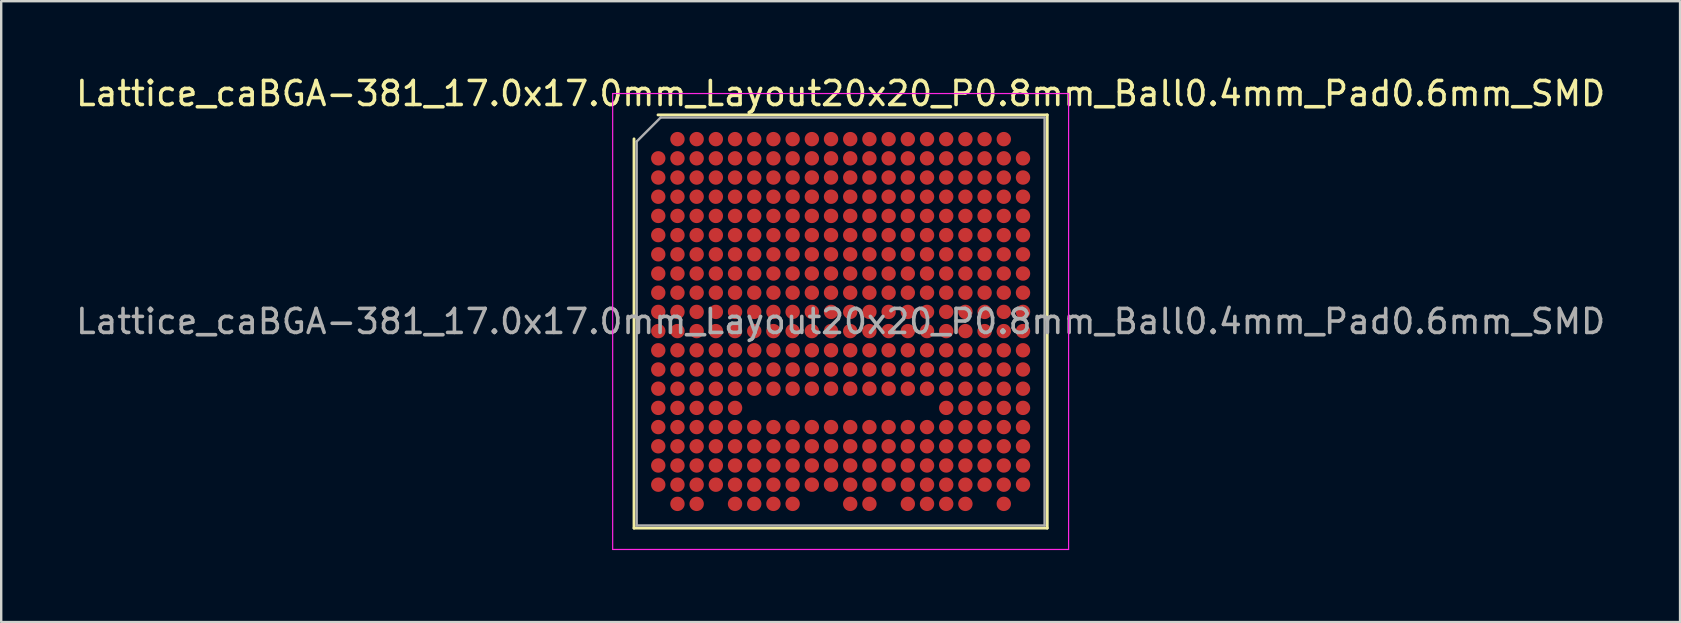
<source format=kicad_pcb>
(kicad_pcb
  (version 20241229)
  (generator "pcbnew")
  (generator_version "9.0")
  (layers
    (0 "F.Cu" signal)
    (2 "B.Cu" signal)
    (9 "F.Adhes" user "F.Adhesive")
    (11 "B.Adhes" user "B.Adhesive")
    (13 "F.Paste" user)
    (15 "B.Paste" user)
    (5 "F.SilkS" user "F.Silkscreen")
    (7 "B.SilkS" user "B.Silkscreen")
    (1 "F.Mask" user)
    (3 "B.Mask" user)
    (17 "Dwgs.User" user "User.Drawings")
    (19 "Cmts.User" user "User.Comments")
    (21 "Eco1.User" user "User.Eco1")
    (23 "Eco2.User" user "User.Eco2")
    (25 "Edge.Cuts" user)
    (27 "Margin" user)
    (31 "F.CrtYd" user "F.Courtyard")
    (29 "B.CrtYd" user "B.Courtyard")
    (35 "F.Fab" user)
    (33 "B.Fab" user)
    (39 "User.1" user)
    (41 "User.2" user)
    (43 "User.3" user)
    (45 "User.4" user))
  (footprint "Lattice_caBGA-381_17.0x17.0mm_Layout20x20_P0.8mm_Ball0.4mm_Pad0.6mm_SMD"
    (layer "F.Cu")
    (at 31.982 10.348)
    (property "Reference" "Lattice_caBGA-381_17.0x17.0mm_Layout20x20_P0.8mm_Ball0.4mm_Pad0.6mm_SMD" (at 0 -9.5 0) (layer "F.SilkS") (effects (font (size 1 1) (thickness 0.15))))
    (attr smd)
    (fp_line (start -8.61 8.61) (end -8.61 -7.61) (stroke (width 0.12) (type solid)) (layer "F.SilkS"))
    (fp_line (start -7.61 -8.61) (end 8.61 -8.61) (stroke (width 0.12) (type solid)) (layer "F.SilkS"))
    (fp_line (start 8.61 -8.61) (end 8.61 8.61) (stroke (width 0.12) (type solid)) (layer "F.SilkS"))
    (fp_line (start 8.61 8.61) (end -8.61 8.61) (stroke (width 0.12) (type solid)) (layer "F.SilkS"))
    (fp_line (start -9.5 -9.5) (end -9.5 9.5) (stroke (width 0.05) (type solid)) (layer "F.CrtYd"))
    (fp_line (start -9.5 9.5) (end 9.5 9.5) (stroke (width 0.05) (type solid)) (layer "F.CrtYd"))
    (fp_line (start 9.5 -9.5) (end -9.5 -9.5) (stroke (width 0.05) (type solid)) (layer "F.CrtYd"))
    (fp_line (start 9.5 9.5) (end 9.5 -9.5) (stroke (width 0.05) (type solid)) (layer "F.CrtYd"))
    (fp_line (start -8.5 -7.5) (end -7.5 -8.5) (stroke (width 0.1) (type solid)) (layer "F.Fab"))
    (fp_line (start -8.5 8.5) (end -8.5 -7.5) (stroke (width 0.1) (type solid)) (layer "F.Fab"))
    (fp_line (start -7.5 -8.5) (end 8.5 -8.5) (stroke (width 0.1) (type solid)) (layer "F.Fab"))
    (fp_line (start 8.5 -8.5) (end 8.5 8.5) (stroke (width 0.1) (type solid)) (layer "F.Fab"))
    (fp_line (start 8.5 8.5) (end -8.5 8.5) (stroke (width 0.1) (type solid)) (layer "F.Fab"))
    (fp_text user "${REFERENCE}" (at 0 0 0) (layer "F.Fab") (effects (font (size 1 1) (thickness 0.15))))
    (pad "A2" smd circle (at -6.8 -7.6) (size 0.6 0.6) (layers "F.Cu" "F.Mask" "F.Paste"))
    (pad "A3" smd circle (at -6 -7.6) (size 0.6 0.6) (layers "F.Cu" "F.Mask" "F.Paste"))
    (pad "A4" smd circle (at -5.2 -7.6) (size 0.6 0.6) (layers "F.Cu" "F.Mask" "F.Paste"))
    (pad "A5" smd circle (at -4.4 -7.6) (size 0.6 0.6) (layers "F.Cu" "F.Mask" "F.Paste"))
    (pad "A6" smd circle (at -3.6 -7.6) (size 0.6 0.6) (layers "F.Cu" "F.Mask" "F.Paste"))
    (pad "A7" smd circle (at -2.8 -7.6) (size 0.6 0.6) (layers "F.Cu" "F.Mask" "F.Paste"))
    (pad "A8" smd circle (at -2 -7.6) (size 0.6 0.6) (layers "F.Cu" "F.Mask" "F.Paste"))
    (pad "A9" smd circle (at -1.2 -7.6) (size 0.6 0.6) (layers "F.Cu" "F.Mask" "F.Paste"))
    (pad "A10" smd circle (at -0.4 -7.6) (size 0.6 0.6) (layers "F.Cu" "F.Mask" "F.Paste"))
    (pad "A11" smd circle (at 0.4 -7.6) (size 0.6 0.6) (layers "F.Cu" "F.Mask" "F.Paste"))
    (pad "A12" smd circle (at 1.2 -7.6) (size 0.6 0.6) (layers "F.Cu" "F.Mask" "F.Paste"))
    (pad "A13" smd circle (at 2 -7.6) (size 0.6 0.6) (layers "F.Cu" "F.Mask" "F.Paste"))
    (pad "A14" smd circle (at 2.8 -7.6) (size 0.6 0.6) (layers "F.Cu" "F.Mask" "F.Paste"))
    (pad "A15" smd circle (at 3.6 -7.6) (size 0.6 0.6) (layers "F.Cu" "F.Mask" "F.Paste"))
    (pad "A16" smd circle (at 4.4 -7.6) (size 0.6 0.6) (layers "F.Cu" "F.Mask" "F.Paste"))
    (pad "A17" smd circle (at 5.2 -7.6) (size 0.6 0.6) (layers "F.Cu" "F.Mask" "F.Paste"))
    (pad "A18" smd circle (at 6 -7.6) (size 0.6 0.6) (layers "F.Cu" "F.Mask" "F.Paste"))
    (pad "A19" smd circle (at 6.8 -7.6) (size 0.6 0.6) (layers "F.Cu" "F.Mask" "F.Paste"))
    (pad "B1" smd circle (at -7.6 -6.8) (size 0.6 0.6) (layers "F.Cu" "F.Mask" "F.Paste"))
    (pad "B2" smd circle (at -6.8 -6.8) (size 0.6 0.6) (layers "F.Cu" "F.Mask" "F.Paste"))
    (pad "B3" smd circle (at -6 -6.8) (size 0.6 0.6) (layers "F.Cu" "F.Mask" "F.Paste"))
    (pad "B4" smd circle (at -5.2 -6.8) (size 0.6 0.6) (layers "F.Cu" "F.Mask" "F.Paste"))
    (pad "B5" smd circle (at -4.4 -6.8) (size 0.6 0.6) (layers "F.Cu" "F.Mask" "F.Paste"))
    (pad "B6" smd circle (at -3.6 -6.8) (size 0.6 0.6) (layers "F.Cu" "F.Mask" "F.Paste"))
    (pad "B7" smd circle (at -2.8 -6.8) (size 0.6 0.6) (layers "F.Cu" "F.Mask" "F.Paste"))
    (pad "B8" smd circle (at -2 -6.8) (size 0.6 0.6) (layers "F.Cu" "F.Mask" "F.Paste"))
    (pad "B9" smd circle (at -1.2 -6.8) (size 0.6 0.6) (layers "F.Cu" "F.Mask" "F.Paste"))
    (pad "B10" smd circle (at -0.4 -6.8) (size 0.6 0.6) (layers "F.Cu" "F.Mask" "F.Paste"))
    (pad "B11" smd circle (at 0.4 -6.8) (size 0.6 0.6) (layers "F.Cu" "F.Mask" "F.Paste"))
    (pad "B12" smd circle (at 1.2 -6.8) (size 0.6 0.6) (layers "F.Cu" "F.Mask" "F.Paste"))
    (pad "B13" smd circle (at 2 -6.8) (size 0.6 0.6) (layers "F.Cu" "F.Mask" "F.Paste"))
    (pad "B14" smd circle (at 2.8 -6.8) (size 0.6 0.6) (layers "F.Cu" "F.Mask" "F.Paste"))
    (pad "B15" smd circle (at 3.6 -6.8) (size 0.6 0.6) (layers "F.Cu" "F.Mask" "F.Paste"))
    (pad "B16" smd circle (at 4.4 -6.8) (size 0.6 0.6) (layers "F.Cu" "F.Mask" "F.Paste"))
    (pad "B17" smd circle (at 5.2 -6.8) (size 0.6 0.6) (layers "F.Cu" "F.Mask" "F.Paste"))
    (pad "B18" smd circle (at 6 -6.8) (size 0.6 0.6) (layers "F.Cu" "F.Mask" "F.Paste"))
    (pad "B19" smd circle (at 6.8 -6.8) (size 0.6 0.6) (layers "F.Cu" "F.Mask" "F.Paste"))
    (pad "B20" smd circle (at 7.6 -6.8) (size 0.6 0.6) (layers "F.Cu" "F.Mask" "F.Paste"))
    (pad "C1" smd circle (at -7.6 -6) (size 0.6 0.6) (layers "F.Cu" "F.Mask" "F.Paste"))
    (pad "C2" smd circle (at -6.8 -6) (size 0.6 0.6) (layers "F.Cu" "F.Mask" "F.Paste"))
    (pad "C3" smd circle (at -6 -6) (size 0.6 0.6) (layers "F.Cu" "F.Mask" "F.Paste"))
    (pad "C4" smd circle (at -5.2 -6) (size 0.6 0.6) (layers "F.Cu" "F.Mask" "F.Paste"))
    (pad "C5" smd circle (at -4.4 -6) (size 0.6 0.6) (layers "F.Cu" "F.Mask" "F.Paste"))
    (pad "C6" smd circle (at -3.6 -6) (size 0.6 0.6) (layers "F.Cu" "F.Mask" "F.Paste"))
    (pad "C7" smd circle (at -2.8 -6) (size 0.6 0.6) (layers "F.Cu" "F.Mask" "F.Paste"))
    (pad "C8" smd circle (at -2 -6) (size 0.6 0.6) (layers "F.Cu" "F.Mask" "F.Paste"))
    (pad "C9" smd circle (at -1.2 -6) (size 0.6 0.6) (layers "F.Cu" "F.Mask" "F.Paste"))
    (pad "C10" smd circle (at -0.4 -6) (size 0.6 0.6) (layers "F.Cu" "F.Mask" "F.Paste"))
    (pad "C11" smd circle (at 0.4 -6) (size 0.6 0.6) (layers "F.Cu" "F.Mask" "F.Paste"))
    (pad "C12" smd circle (at 1.2 -6) (size 0.6 0.6) (layers "F.Cu" "F.Mask" "F.Paste"))
    (pad "C13" smd circle (at 2 -6) (size 0.6 0.6) (layers "F.Cu" "F.Mask" "F.Paste"))
    (pad "C14" smd circle (at 2.8 -6) (size 0.6 0.6) (layers "F.Cu" "F.Mask" "F.Paste"))
    (pad "C15" smd circle (at 3.6 -6) (size 0.6 0.6) (layers "F.Cu" "F.Mask" "F.Paste"))
    (pad "C16" smd circle (at 4.4 -6) (size 0.6 0.6) (layers "F.Cu" "F.Mask" "F.Paste"))
    (pad "C17" smd circle (at 5.2 -6) (size 0.6 0.6) (layers "F.Cu" "F.Mask" "F.Paste"))
    (pad "C18" smd circle (at 6 -6) (size 0.6 0.6) (layers "F.Cu" "F.Mask" "F.Paste"))
    (pad "C19" smd circle (at 6.8 -6) (size 0.6 0.6) (layers "F.Cu" "F.Mask" "F.Paste"))
    (pad "C20" smd circle (at 7.6 -6) (size 0.6 0.6) (layers "F.Cu" "F.Mask" "F.Paste"))
    (pad "D1" smd circle (at -7.6 -5.2) (size 0.6 0.6) (layers "F.Cu" "F.Mask" "F.Paste"))
    (pad "D2" smd circle (at -6.8 -5.2) (size 0.6 0.6) (layers "F.Cu" "F.Mask" "F.Paste"))
    (pad "D3" smd circle (at -6 -5.2) (size 0.6 0.6) (layers "F.Cu" "F.Mask" "F.Paste"))
    (pad "D4" smd circle (at -5.2 -5.2) (size 0.6 0.6) (layers "F.Cu" "F.Mask" "F.Paste"))
    (pad "D5" smd circle (at -4.4 -5.2) (size 0.6 0.6) (layers "F.Cu" "F.Mask" "F.Paste"))
    (pad "D6" smd circle (at -3.6 -5.2) (size 0.6 0.6) (layers "F.Cu" "F.Mask" "F.Paste"))
    (pad "D7" smd circle (at -2.8 -5.2) (size 0.6 0.6) (layers "F.Cu" "F.Mask" "F.Paste"))
    (pad "D8" smd circle (at -2 -5.2) (size 0.6 0.6) (layers "F.Cu" "F.Mask" "F.Paste"))
    (pad "D9" smd circle (at -1.2 -5.2) (size 0.6 0.6) (layers "F.Cu" "F.Mask" "F.Paste"))
    (pad "D10" smd circle (at -0.4 -5.2) (size 0.6 0.6) (layers "F.Cu" "F.Mask" "F.Paste"))
    (pad "D11" smd circle (at 0.4 -5.2) (size 0.6 0.6) (layers "F.Cu" "F.Mask" "F.Paste"))
    (pad "D12" smd circle (at 1.2 -5.2) (size 0.6 0.6) (layers "F.Cu" "F.Mask" "F.Paste"))
    (pad "D13" smd circle (at 2 -5.2) (size 0.6 0.6) (layers "F.Cu" "F.Mask" "F.Paste"))
    (pad "D14" smd circle (at 2.8 -5.2) (size 0.6 0.6) (layers "F.Cu" "F.Mask" "F.Paste"))
    (pad "D15" smd circle (at 3.6 -5.2) (size 0.6 0.6) (layers "F.Cu" "F.Mask" "F.Paste"))
    (pad "D16" smd circle (at 4.4 -5.2) (size 0.6 0.6) (layers "F.Cu" "F.Mask" "F.Paste"))
    (pad "D17" smd circle (at 5.2 -5.2) (size 0.6 0.6) (layers "F.Cu" "F.Mask" "F.Paste"))
    (pad "D18" smd circle (at 6 -5.2) (size 0.6 0.6) (layers "F.Cu" "F.Mask" "F.Paste"))
    (pad "D19" smd circle (at 6.8 -5.2) (size 0.6 0.6) (layers "F.Cu" "F.Mask" "F.Paste"))
    (pad "D20" smd circle (at 7.6 -5.2) (size 0.6 0.6) (layers "F.Cu" "F.Mask" "F.Paste"))
    (pad "E1" smd circle (at -7.6 -4.4) (size 0.6 0.6) (layers "F.Cu" "F.Mask" "F.Paste"))
    (pad "E2" smd circle (at -6.8 -4.4) (size 0.6 0.6) (layers "F.Cu" "F.Mask" "F.Paste"))
    (pad "E3" smd circle (at -6 -4.4) (size 0.6 0.6) (layers "F.Cu" "F.Mask" "F.Paste"))
    (pad "E4" smd circle (at -5.2 -4.4) (size 0.6 0.6) (layers "F.Cu" "F.Mask" "F.Paste"))
    (pad "E5" smd circle (at -4.4 -4.4) (size 0.6 0.6) (layers "F.Cu" "F.Mask" "F.Paste"))
    (pad "E6" smd circle (at -3.6 -4.4) (size 0.6 0.6) (layers "F.Cu" "F.Mask" "F.Paste"))
    (pad "E7" smd circle (at -2.8 -4.4) (size 0.6 0.6) (layers "F.Cu" "F.Mask" "F.Paste"))
    (pad "E8" smd circle (at -2 -4.4) (size 0.6 0.6) (layers "F.Cu" "F.Mask" "F.Paste"))
    (pad "E9" smd circle (at -1.2 -4.4) (size 0.6 0.6) (layers "F.Cu" "F.Mask" "F.Paste"))
    (pad "E10" smd circle (at -0.4 -4.4) (size 0.6 0.6) (layers "F.Cu" "F.Mask" "F.Paste"))
    (pad "E11" smd circle (at 0.4 -4.4) (size 0.6 0.6) (layers "F.Cu" "F.Mask" "F.Paste"))
    (pad "E12" smd circle (at 1.2 -4.4) (size 0.6 0.6) (layers "F.Cu" "F.Mask" "F.Paste"))
    (pad "E13" smd circle (at 2 -4.4) (size 0.6 0.6) (layers "F.Cu" "F.Mask" "F.Paste"))
    (pad "E14" smd circle (at 2.8 -4.4) (size 0.6 0.6) (layers "F.Cu" "F.Mask" "F.Paste"))
    (pad "E15" smd circle (at 3.6 -4.4) (size 0.6 0.6) (layers "F.Cu" "F.Mask" "F.Paste"))
    (pad "E16" smd circle (at 4.4 -4.4) (size 0.6 0.6) (layers "F.Cu" "F.Mask" "F.Paste"))
    (pad "E17" smd circle (at 5.2 -4.4) (size 0.6 0.6) (layers "F.Cu" "F.Mask" "F.Paste"))
    (pad "E18" smd circle (at 6 -4.4) (size 0.6 0.6) (layers "F.Cu" "F.Mask" "F.Paste"))
    (pad "E19" smd circle (at 6.8 -4.4) (size 0.6 0.6) (layers "F.Cu" "F.Mask" "F.Paste"))
    (pad "E20" smd circle (at 7.6 -4.4) (size 0.6 0.6) (layers "F.Cu" "F.Mask" "F.Paste"))
    (pad "F1" smd circle (at -7.6 -3.6) (size 0.6 0.6) (layers "F.Cu" "F.Mask" "F.Paste"))
    (pad "F2" smd circle (at -6.8 -3.6) (size 0.6 0.6) (layers "F.Cu" "F.Mask" "F.Paste"))
    (pad "F3" smd circle (at -6 -3.6) (size 0.6 0.6) (layers "F.Cu" "F.Mask" "F.Paste"))
    (pad "F4" smd circle (at -5.2 -3.6) (size 0.6 0.6) (layers "F.Cu" "F.Mask" "F.Paste"))
    (pad "F5" smd circle (at -4.4 -3.6) (size 0.6 0.6) (layers "F.Cu" "F.Mask" "F.Paste"))
    (pad "F6" smd circle (at -3.6 -3.6) (size 0.6 0.6) (layers "F.Cu" "F.Mask" "F.Paste"))
    (pad "F7" smd circle (at -2.8 -3.6) (size 0.6 0.6) (layers "F.Cu" "F.Mask" "F.Paste"))
    (pad "F8" smd circle (at -2 -3.6) (size 0.6 0.6) (layers "F.Cu" "F.Mask" "F.Paste"))
    (pad "F9" smd circle (at -1.2 -3.6) (size 0.6 0.6) (layers "F.Cu" "F.Mask" "F.Paste"))
    (pad "F10" smd circle (at -0.4 -3.6) (size 0.6 0.6) (layers "F.Cu" "F.Mask" "F.Paste"))
    (pad "F11" smd circle (at 0.4 -3.6) (size 0.6 0.6) (layers "F.Cu" "F.Mask" "F.Paste"))
    (pad "F12" smd circle (at 1.2 -3.6) (size 0.6 0.6) (layers "F.Cu" "F.Mask" "F.Paste"))
    (pad "F13" smd circle (at 2 -3.6) (size 0.6 0.6) (layers "F.Cu" "F.Mask" "F.Paste"))
    (pad "F14" smd circle (at 2.8 -3.6) (size 0.6 0.6) (layers "F.Cu" "F.Mask" "F.Paste"))
    (pad "F15" smd circle (at 3.6 -3.6) (size 0.6 0.6) (layers "F.Cu" "F.Mask" "F.Paste"))
    (pad "F16" smd circle (at 4.4 -3.6) (size 0.6 0.6) (layers "F.Cu" "F.Mask" "F.Paste"))
    (pad "F17" smd circle (at 5.2 -3.6) (size 0.6 0.6) (layers "F.Cu" "F.Mask" "F.Paste"))
    (pad "F18" smd circle (at 6 -3.6) (size 0.6 0.6) (layers "F.Cu" "F.Mask" "F.Paste"))
    (pad "F19" smd circle (at 6.8 -3.6) (size 0.6 0.6) (layers "F.Cu" "F.Mask" "F.Paste"))
    (pad "F20" smd circle (at 7.6 -3.6) (size 0.6 0.6) (layers "F.Cu" "F.Mask" "F.Paste"))
    (pad "G1" smd circle (at -7.6 -2.8) (size 0.6 0.6) (layers "F.Cu" "F.Mask" "F.Paste"))
    (pad "G2" smd circle (at -6.8 -2.8) (size 0.6 0.6) (layers "F.Cu" "F.Mask" "F.Paste"))
    (pad "G3" smd circle (at -6 -2.8) (size 0.6 0.6) (layers "F.Cu" "F.Mask" "F.Paste"))
    (pad "G4" smd circle (at -5.2 -2.8) (size 0.6 0.6) (layers "F.Cu" "F.Mask" "F.Paste"))
    (pad "G5" smd circle (at -4.4 -2.8) (size 0.6 0.6) (layers "F.Cu" "F.Mask" "F.Paste"))
    (pad "G6" smd circle (at -3.6 -2.8) (size 0.6 0.6) (layers "F.Cu" "F.Mask" "F.Paste"))
    (pad "G7" smd circle (at -2.8 -2.8) (size 0.6 0.6) (layers "F.Cu" "F.Mask" "F.Paste"))
    (pad "G8" smd circle (at -2 -2.8) (size 0.6 0.6) (layers "F.Cu" "F.Mask" "F.Paste"))
    (pad "G9" smd circle (at -1.2 -2.8) (size 0.6 0.6) (layers "F.Cu" "F.Mask" "F.Paste"))
    (pad "G10" smd circle (at -0.4 -2.8) (size 0.6 0.6) (layers "F.Cu" "F.Mask" "F.Paste"))
    (pad "G11" smd circle (at 0.4 -2.8) (size 0.6 0.6) (layers "F.Cu" "F.Mask" "F.Paste"))
    (pad "G12" smd circle (at 1.2 -2.8) (size 0.6 0.6) (layers "F.Cu" "F.Mask" "F.Paste"))
    (pad "G13" smd circle (at 2 -2.8) (size 0.6 0.6) (layers "F.Cu" "F.Mask" "F.Paste"))
    (pad "G14" smd circle (at 2.8 -2.8) (size 0.6 0.6) (layers "F.Cu" "F.Mask" "F.Paste"))
    (pad "G15" smd circle (at 3.6 -2.8) (size 0.6 0.6) (layers "F.Cu" "F.Mask" "F.Paste"))
    (pad "G16" smd circle (at 4.4 -2.8) (size 0.6 0.6) (layers "F.Cu" "F.Mask" "F.Paste"))
    (pad "G17" smd circle (at 5.2 -2.8) (size 0.6 0.6) (layers "F.Cu" "F.Mask" "F.Paste"))
    (pad "G18" smd circle (at 6 -2.8) (size 0.6 0.6) (layers "F.Cu" "F.Mask" "F.Paste"))
    (pad "G19" smd circle (at 6.8 -2.8) (size 0.6 0.6) (layers "F.Cu" "F.Mask" "F.Paste"))
    (pad "G20" smd circle (at 7.6 -2.8) (size 0.6 0.6) (layers "F.Cu" "F.Mask" "F.Paste"))
    (pad "H1" smd circle (at -7.6 -2) (size 0.6 0.6) (layers "F.Cu" "F.Mask" "F.Paste"))
    (pad "H2" smd circle (at -6.8 -2) (size 0.6 0.6) (layers "F.Cu" "F.Mask" "F.Paste"))
    (pad "H3" smd circle (at -6 -2) (size 0.6 0.6) (layers "F.Cu" "F.Mask" "F.Paste"))
    (pad "H4" smd circle (at -5.2 -2) (size 0.6 0.6) (layers "F.Cu" "F.Mask" "F.Paste"))
    (pad "H5" smd circle (at -4.4 -2) (size 0.6 0.6) (layers "F.Cu" "F.Mask" "F.Paste"))
    (pad "H6" smd circle (at -3.6 -2) (size 0.6 0.6) (layers "F.Cu" "F.Mask" "F.Paste"))
    (pad "H7" smd circle (at -2.8 -2) (size 0.6 0.6) (layers "F.Cu" "F.Mask" "F.Paste"))
    (pad "H8" smd circle (at -2 -2) (size 0.6 0.6) (layers "F.Cu" "F.Mask" "F.Paste"))
    (pad "H9" smd circle (at -1.2 -2) (size 0.6 0.6) (layers "F.Cu" "F.Mask" "F.Paste"))
    (pad "H10" smd circle (at -0.4 -2) (size 0.6 0.6) (layers "F.Cu" "F.Mask" "F.Paste"))
    (pad "H11" smd circle (at 0.4 -2) (size 0.6 0.6) (layers "F.Cu" "F.Mask" "F.Paste"))
    (pad "H12" smd circle (at 1.2 -2) (size 0.6 0.6) (layers "F.Cu" "F.Mask" "F.Paste"))
    (pad "H13" smd circle (at 2 -2) (size 0.6 0.6) (layers "F.Cu" "F.Mask" "F.Paste"))
    (pad "H14" smd circle (at 2.8 -2) (size 0.6 0.6) (layers "F.Cu" "F.Mask" "F.Paste"))
    (pad "H15" smd circle (at 3.6 -2) (size 0.6 0.6) (layers "F.Cu" "F.Mask" "F.Paste"))
    (pad "H16" smd circle (at 4.4 -2) (size 0.6 0.6) (layers "F.Cu" "F.Mask" "F.Paste"))
    (pad "H17" smd circle (at 5.2 -2) (size 0.6 0.6) (layers "F.Cu" "F.Mask" "F.Paste"))
    (pad "H18" smd circle (at 6 -2) (size 0.6 0.6) (layers "F.Cu" "F.Mask" "F.Paste"))
    (pad "H19" smd circle (at 6.8 -2) (size 0.6 0.6) (layers "F.Cu" "F.Mask" "F.Paste"))
    (pad "H20" smd circle (at 7.6 -2) (size 0.6 0.6) (layers "F.Cu" "F.Mask" "F.Paste"))
    (pad "J1" smd circle (at -7.6 -1.2) (size 0.6 0.6) (layers "F.Cu" "F.Mask" "F.Paste"))
    (pad "J2" smd circle (at -6.8 -1.2) (size 0.6 0.6) (layers "F.Cu" "F.Mask" "F.Paste"))
    (pad "J3" smd circle (at -6 -1.2) (size 0.6 0.6) (layers "F.Cu" "F.Mask" "F.Paste"))
    (pad "J4" smd circle (at -5.2 -1.2) (size 0.6 0.6) (layers "F.Cu" "F.Mask" "F.Paste"))
    (pad "J5" smd circle (at -4.4 -1.2) (size 0.6 0.6) (layers "F.Cu" "F.Mask" "F.Paste"))
    (pad "J6" smd circle (at -3.6 -1.2) (size 0.6 0.6) (layers "F.Cu" "F.Mask" "F.Paste"))
    (pad "J7" smd circle (at -2.8 -1.2) (size 0.6 0.6) (layers "F.Cu" "F.Mask" "F.Paste"))
    (pad "J8" smd circle (at -2 -1.2) (size 0.6 0.6) (layers "F.Cu" "F.Mask" "F.Paste"))
    (pad "J9" smd circle (at -1.2 -1.2) (size 0.6 0.6) (layers "F.Cu" "F.Mask" "F.Paste"))
    (pad "J10" smd circle (at -0.4 -1.2) (size 0.6 0.6) (layers "F.Cu" "F.Mask" "F.Paste"))
    (pad "J11" smd circle (at 0.4 -1.2) (size 0.6 0.6) (layers "F.Cu" "F.Mask" "F.Paste"))
    (pad "J12" smd circle (at 1.2 -1.2) (size 0.6 0.6) (layers "F.Cu" "F.Mask" "F.Paste"))
    (pad "J13" smd circle (at 2 -1.2) (size 0.6 0.6) (layers "F.Cu" "F.Mask" "F.Paste"))
    (pad "J14" smd circle (at 2.8 -1.2) (size 0.6 0.6) (layers "F.Cu" "F.Mask" "F.Paste"))
    (pad "J15" smd circle (at 3.6 -1.2) (size 0.6 0.6) (layers "F.Cu" "F.Mask" "F.Paste"))
    (pad "J16" smd circle (at 4.4 -1.2) (size 0.6 0.6) (layers "F.Cu" "F.Mask" "F.Paste"))
    (pad "J17" smd circle (at 5.2 -1.2) (size 0.6 0.6) (layers "F.Cu" "F.Mask" "F.Paste"))
    (pad "J18" smd circle (at 6 -1.2) (size 0.6 0.6) (layers "F.Cu" "F.Mask" "F.Paste"))
    (pad "J19" smd circle (at 6.8 -1.2) (size 0.6 0.6) (layers "F.Cu" "F.Mask" "F.Paste"))
    (pad "J20" smd circle (at 7.6 -1.2) (size 0.6 0.6) (layers "F.Cu" "F.Mask" "F.Paste"))
    (pad "K1" smd circle (at -7.6 -0.4) (size 0.6 0.6) (layers "F.Cu" "F.Mask" "F.Paste"))
    (pad "K2" smd circle (at -6.8 -0.4) (size 0.6 0.6) (layers "F.Cu" "F.Mask" "F.Paste"))
    (pad "K3" smd circle (at -6 -0.4) (size 0.6 0.6) (layers "F.Cu" "F.Mask" "F.Paste"))
    (pad "K4" smd circle (at -5.2 -0.4) (size 0.6 0.6) (layers "F.Cu" "F.Mask" "F.Paste"))
    (pad "K5" smd circle (at -4.4 -0.4) (size 0.6 0.6) (layers "F.Cu" "F.Mask" "F.Paste"))
    (pad "K6" smd circle (at -3.6 -0.4) (size 0.6 0.6) (layers "F.Cu" "F.Mask" "F.Paste"))
    (pad "K7" smd circle (at -2.8 -0.4) (size 0.6 0.6) (layers "F.Cu" "F.Mask" "F.Paste"))
    (pad "K8" smd circle (at -2 -0.4) (size 0.6 0.6) (layers "F.Cu" "F.Mask" "F.Paste"))
    (pad "K9" smd circle (at -1.2 -0.4) (size 0.6 0.6) (layers "F.Cu" "F.Mask" "F.Paste"))
    (pad "K10" smd circle (at -0.4 -0.4) (size 0.6 0.6) (layers "F.Cu" "F.Mask" "F.Paste"))
    (pad "K11" smd circle (at 0.4 -0.4) (size 0.6 0.6) (layers "F.Cu" "F.Mask" "F.Paste"))
    (pad "K12" smd circle (at 1.2 -0.4) (size 0.6 0.6) (layers "F.Cu" "F.Mask" "F.Paste"))
    (pad "K13" smd circle (at 2 -0.4) (size 0.6 0.6) (layers "F.Cu" "F.Mask" "F.Paste"))
    (pad "K14" smd circle (at 2.8 -0.4) (size 0.6 0.6) (layers "F.Cu" "F.Mask" "F.Paste"))
    (pad "K15" smd circle (at 3.6 -0.4) (size 0.6 0.6) (layers "F.Cu" "F.Mask" "F.Paste"))
    (pad "K16" smd circle (at 4.4 -0.4) (size 0.6 0.6) (layers "F.Cu" "F.Mask" "F.Paste"))
    (pad "K17" smd circle (at 5.2 -0.4) (size 0.6 0.6) (layers "F.Cu" "F.Mask" "F.Paste"))
    (pad "K18" smd circle (at 6 -0.4) (size 0.6 0.6) (layers "F.Cu" "F.Mask" "F.Paste"))
    (pad "K19" smd circle (at 6.8 -0.4) (size 0.6 0.6) (layers "F.Cu" "F.Mask" "F.Paste"))
    (pad "K20" smd circle (at 7.6 -0.4) (size 0.6 0.6) (layers "F.Cu" "F.Mask" "F.Paste"))
    (pad "L1" smd circle (at -7.6 0.4) (size 0.6 0.6) (layers "F.Cu" "F.Mask" "F.Paste"))
    (pad "L2" smd circle (at -6.8 0.4) (size 0.6 0.6) (layers "F.Cu" "F.Mask" "F.Paste"))
    (pad "L3" smd circle (at -6 0.4) (size 0.6 0.6) (layers "F.Cu" "F.Mask" "F.Paste"))
    (pad "L4" smd circle (at -5.2 0.4) (size 0.6 0.6) (layers "F.Cu" "F.Mask" "F.Paste"))
    (pad "L5" smd circle (at -4.4 0.4) (size 0.6 0.6) (layers "F.Cu" "F.Mask" "F.Paste"))
    (pad "L6" smd circle (at -3.6 0.4) (size 0.6 0.6) (layers "F.Cu" "F.Mask" "F.Paste"))
    (pad "L7" smd circle (at -2.8 0.4) (size 0.6 0.6) (layers "F.Cu" "F.Mask" "F.Paste"))
    (pad "L8" smd circle (at -2 0.4) (size 0.6 0.6) (layers "F.Cu" "F.Mask" "F.Paste"))
    (pad "L9" smd circle (at -1.2 0.4) (size 0.6 0.6) (layers "F.Cu" "F.Mask" "F.Paste"))
    (pad "L10" smd circle (at -0.4 0.4) (size 0.6 0.6) (layers "F.Cu" "F.Mask" "F.Paste"))
    (pad "L11" smd circle (at 0.4 0.4) (size 0.6 0.6) (layers "F.Cu" "F.Mask" "F.Paste"))
    (pad "L12" smd circle (at 1.2 0.4) (size 0.6 0.6) (layers "F.Cu" "F.Mask" "F.Paste"))
    (pad "L13" smd circle (at 2 0.4) (size 0.6 0.6) (layers "F.Cu" "F.Mask" "F.Paste"))
    (pad "L14" smd circle (at 2.8 0.4) (size 0.6 0.6) (layers "F.Cu" "F.Mask" "F.Paste"))
    (pad "L15" smd circle (at 3.6 0.4) (size 0.6 0.6) (layers "F.Cu" "F.Mask" "F.Paste"))
    (pad "L16" smd circle (at 4.4 0.4) (size 0.6 0.6) (layers "F.Cu" "F.Mask" "F.Paste"))
    (pad "L17" smd circle (at 5.2 0.4) (size 0.6 0.6) (layers "F.Cu" "F.Mask" "F.Paste"))
    (pad "L18" smd circle (at 6 0.4) (size 0.6 0.6) (layers "F.Cu" "F.Mask" "F.Paste"))
    (pad "L19" smd circle (at 6.8 0.4) (size 0.6 0.6) (layers "F.Cu" "F.Mask" "F.Paste"))
    (pad "L20" smd circle (at 7.6 0.4) (size 0.6 0.6) (layers "F.Cu" "F.Mask" "F.Paste"))
    (pad "M1" smd circle (at -7.6 1.2) (size 0.6 0.6) (layers "F.Cu" "F.Mask" "F.Paste"))
    (pad "M2" smd circle (at -6.8 1.2) (size 0.6 0.6) (layers "F.Cu" "F.Mask" "F.Paste"))
    (pad "M3" smd circle (at -6 1.2) (size 0.6 0.6) (layers "F.Cu" "F.Mask" "F.Paste"))
    (pad "M4" smd circle (at -5.2 1.2) (size 0.6 0.6) (layers "F.Cu" "F.Mask" "F.Paste"))
    (pad "M5" smd circle (at -4.4 1.2) (size 0.6 0.6) (layers "F.Cu" "F.Mask" "F.Paste"))
    (pad "M6" smd circle (at -3.6 1.2) (size 0.6 0.6) (layers "F.Cu" "F.Mask" "F.Paste"))
    (pad "M7" smd circle (at -2.8 1.2) (size 0.6 0.6) (layers "F.Cu" "F.Mask" "F.Paste"))
    (pad "M8" smd circle (at -2 1.2) (size 0.6 0.6) (layers "F.Cu" "F.Mask" "F.Paste"))
    (pad "M9" smd circle (at -1.2 1.2) (size 0.6 0.6) (layers "F.Cu" "F.Mask" "F.Paste"))
    (pad "M10" smd circle (at -0.4 1.2) (size 0.6 0.6) (layers "F.Cu" "F.Mask" "F.Paste"))
    (pad "M11" smd circle (at 0.4 1.2) (size 0.6 0.6) (layers "F.Cu" "F.Mask" "F.Paste"))
    (pad "M12" smd circle (at 1.2 1.2) (size 0.6 0.6) (layers "F.Cu" "F.Mask" "F.Paste"))
    (pad "M13" smd circle (at 2 1.2) (size 0.6 0.6) (layers "F.Cu" "F.Mask" "F.Paste"))
    (pad "M14" smd circle (at 2.8 1.2) (size 0.6 0.6) (layers "F.Cu" "F.Mask" "F.Paste"))
    (pad "M15" smd circle (at 3.6 1.2) (size 0.6 0.6) (layers "F.Cu" "F.Mask" "F.Paste"))
    (pad "M16" smd circle (at 4.4 1.2) (size 0.6 0.6) (layers "F.Cu" "F.Mask" "F.Paste"))
    (pad "M17" smd circle (at 5.2 1.2) (size 0.6 0.6) (layers "F.Cu" "F.Mask" "F.Paste"))
    (pad "M18" smd circle (at 6 1.2) (size 0.6 0.6) (layers "F.Cu" "F.Mask" "F.Paste"))
    (pad "M19" smd circle (at 6.8 1.2) (size 0.6 0.6) (layers "F.Cu" "F.Mask" "F.Paste"))
    (pad "M20" smd circle (at 7.6 1.2) (size 0.6 0.6) (layers "F.Cu" "F.Mask" "F.Paste"))
    (pad "N1" smd circle (at -7.6 2) (size 0.6 0.6) (layers "F.Cu" "F.Mask" "F.Paste"))
    (pad "N2" smd circle (at -6.8 2) (size 0.6 0.6) (layers "F.Cu" "F.Mask" "F.Paste"))
    (pad "N3" smd circle (at -6 2) (size 0.6 0.6) (layers "F.Cu" "F.Mask" "F.Paste"))
    (pad "N4" smd circle (at -5.2 2) (size 0.6 0.6) (layers "F.Cu" "F.Mask" "F.Paste"))
    (pad "N5" smd circle (at -4.4 2) (size 0.6 0.6) (layers "F.Cu" "F.Mask" "F.Paste"))
    (pad "N6" smd circle (at -3.6 2) (size 0.6 0.6) (layers "F.Cu" "F.Mask" "F.Paste"))
    (pad "N7" smd circle (at -2.8 2) (size 0.6 0.6) (layers "F.Cu" "F.Mask" "F.Paste"))
    (pad "N8" smd circle (at -2 2) (size 0.6 0.6) (layers "F.Cu" "F.Mask" "F.Paste"))
    (pad "N9" smd circle (at -1.2 2) (size 0.6 0.6) (layers "F.Cu" "F.Mask" "F.Paste"))
    (pad "N10" smd circle (at -0.4 2) (size 0.6 0.6) (layers "F.Cu" "F.Mask" "F.Paste"))
    (pad "N11" smd circle (at 0.4 2) (size 0.6 0.6) (layers "F.Cu" "F.Mask" "F.Paste"))
    (pad "N12" smd circle (at 1.2 2) (size 0.6 0.6) (layers "F.Cu" "F.Mask" "F.Paste"))
    (pad "N13" smd circle (at 2 2) (size 0.6 0.6) (layers "F.Cu" "F.Mask" "F.Paste"))
    (pad "N14" smd circle (at 2.8 2) (size 0.6 0.6) (layers "F.Cu" "F.Mask" "F.Paste"))
    (pad "N15" smd circle (at 3.6 2) (size 0.6 0.6) (layers "F.Cu" "F.Mask" "F.Paste"))
    (pad "N16" smd circle (at 4.4 2) (size 0.6 0.6) (layers "F.Cu" "F.Mask" "F.Paste"))
    (pad "N17" smd circle (at 5.2 2) (size 0.6 0.6) (layers "F.Cu" "F.Mask" "F.Paste"))
    (pad "N18" smd circle (at 6 2) (size 0.6 0.6) (layers "F.Cu" "F.Mask" "F.Paste"))
    (pad "N19" smd circle (at 6.8 2) (size 0.6 0.6) (layers "F.Cu" "F.Mask" "F.Paste"))
    (pad "N20" smd circle (at 7.6 2) (size 0.6 0.6) (layers "F.Cu" "F.Mask" "F.Paste"))
    (pad "P1" smd circle (at -7.6 2.8) (size 0.6 0.6) (layers "F.Cu" "F.Mask" "F.Paste"))
    (pad "P2" smd circle (at -6.8 2.8) (size 0.6 0.6) (layers "F.Cu" "F.Mask" "F.Paste"))
    (pad "P3" smd circle (at -6 2.8) (size 0.6 0.6) (layers "F.Cu" "F.Mask" "F.Paste"))
    (pad "P4" smd circle (at -5.2 2.8) (size 0.6 0.6) (layers "F.Cu" "F.Mask" "F.Paste"))
    (pad "P5" smd circle (at -4.4 2.8) (size 0.6 0.6) (layers "F.Cu" "F.Mask" "F.Paste"))
    (pad "P6" smd circle (at -3.6 2.8) (size 0.6 0.6) (layers "F.Cu" "F.Mask" "F.Paste"))
    (pad "P7" smd circle (at -2.8 2.8) (size 0.6 0.6) (layers "F.Cu" "F.Mask" "F.Paste"))
    (pad "P8" smd circle (at -2 2.8) (size 0.6 0.6) (layers "F.Cu" "F.Mask" "F.Paste"))
    (pad "P9" smd circle (at -1.2 2.8) (size 0.6 0.6) (layers "F.Cu" "F.Mask" "F.Paste"))
    (pad "P10" smd circle (at -0.4 2.8) (size 0.6 0.6) (layers "F.Cu" "F.Mask" "F.Paste"))
    (pad "P11" smd circle (at 0.4 2.8) (size 0.6 0.6) (layers "F.Cu" "F.Mask" "F.Paste"))
    (pad "P12" smd circle (at 1.2 2.8) (size 0.6 0.6) (layers "F.Cu" "F.Mask" "F.Paste"))
    (pad "P13" smd circle (at 2 2.8) (size 0.6 0.6) (layers "F.Cu" "F.Mask" "F.Paste"))
    (pad "P14" smd circle (at 2.8 2.8) (size 0.6 0.6) (layers "F.Cu" "F.Mask" "F.Paste"))
    (pad "P15" smd circle (at 3.6 2.8) (size 0.6 0.6) (layers "F.Cu" "F.Mask" "F.Paste"))
    (pad "P16" smd circle (at 4.4 2.8) (size 0.6 0.6) (layers "F.Cu" "F.Mask" "F.Paste"))
    (pad "P17" smd circle (at 5.2 2.8) (size 0.6 0.6) (layers "F.Cu" "F.Mask" "F.Paste"))
    (pad "P18" smd circle (at 6 2.8) (size 0.6 0.6) (layers "F.Cu" "F.Mask" "F.Paste"))
    (pad "P19" smd circle (at 6.8 2.8) (size 0.6 0.6) (layers "F.Cu" "F.Mask" "F.Paste"))
    (pad "P20" smd circle (at 7.6 2.8) (size 0.6 0.6) (layers "F.Cu" "F.Mask" "F.Paste"))
    (pad "R1" smd circle (at -7.6 3.6) (size 0.6 0.6) (layers "F.Cu" "F.Mask" "F.Paste"))
    (pad "R2" smd circle (at -6.8 3.6) (size 0.6 0.6) (layers "F.Cu" "F.Mask" "F.Paste"))
    (pad "R3" smd circle (at -6 3.6) (size 0.6 0.6) (layers "F.Cu" "F.Mask" "F.Paste"))
    (pad "R4" smd circle (at -5.2 3.6) (size 0.6 0.6) (layers "F.Cu" "F.Mask" "F.Paste"))
    (pad "R5" smd circle (at -4.4 3.6) (size 0.6 0.6) (layers "F.Cu" "F.Mask" "F.Paste"))
    (pad "R16" smd circle (at 4.4 3.6) (size 0.6 0.6) (layers "F.Cu" "F.Mask" "F.Paste"))
    (pad "R17" smd circle (at 5.2 3.6) (size 0.6 0.6) (layers "F.Cu" "F.Mask" "F.Paste"))
    (pad "R18" smd circle (at 6 3.6) (size 0.6 0.6) (layers "F.Cu" "F.Mask" "F.Paste"))
    (pad "R19" smd circle (at 6.8 3.6) (size 0.6 0.6) (layers "F.Cu" "F.Mask" "F.Paste"))
    (pad "R20" smd circle (at 7.6 3.6) (size 0.6 0.6) (layers "F.Cu" "F.Mask" "F.Paste"))
    (pad "T1" smd circle (at -7.6 4.4) (size 0.6 0.6) (layers "F.Cu" "F.Mask" "F.Paste"))
    (pad "T2" smd circle (at -6.8 4.4) (size 0.6 0.6) (layers "F.Cu" "F.Mask" "F.Paste"))
    (pad "T3" smd circle (at -6 4.4) (size 0.6 0.6) (layers "F.Cu" "F.Mask" "F.Paste"))
    (pad "T4" smd circle (at -5.2 4.4) (size 0.6 0.6) (layers "F.Cu" "F.Mask" "F.Paste"))
    (pad "T5" smd circle (at -4.4 4.4) (size 0.6 0.6) (layers "F.Cu" "F.Mask" "F.Paste"))
    (pad "T6" smd circle (at -3.6 4.4) (size 0.6 0.6) (layers "F.Cu" "F.Mask" "F.Paste"))
    (pad "T7" smd circle (at -2.8 4.4) (size 0.6 0.6) (layers "F.Cu" "F.Mask" "F.Paste"))
    (pad "T8" smd circle (at -2 4.4) (size 0.6 0.6) (layers "F.Cu" "F.Mask" "F.Paste"))
    (pad "T9" smd circle (at -1.2 4.4) (size 0.6 0.6) (layers "F.Cu" "F.Mask" "F.Paste"))
    (pad "T10" smd circle (at -0.4 4.4) (size 0.6 0.6) (layers "F.Cu" "F.Mask" "F.Paste"))
    (pad "T11" smd circle (at 0.4 4.4) (size 0.6 0.6) (layers "F.Cu" "F.Mask" "F.Paste"))
    (pad "T12" smd circle (at 1.2 4.4) (size 0.6 0.6) (layers "F.Cu" "F.Mask" "F.Paste"))
    (pad "T13" smd circle (at 2 4.4) (size 0.6 0.6) (layers "F.Cu" "F.Mask" "F.Paste"))
    (pad "T14" smd circle (at 2.8 4.4) (size 0.6 0.6) (layers "F.Cu" "F.Mask" "F.Paste"))
    (pad "T15" smd circle (at 3.6 4.4) (size 0.6 0.6) (layers "F.Cu" "F.Mask" "F.Paste"))
    (pad "T16" smd circle (at 4.4 4.4) (size 0.6 0.6) (layers "F.Cu" "F.Mask" "F.Paste"))
    (pad "T17" smd circle (at 5.2 4.4) (size 0.6 0.6) (layers "F.Cu" "F.Mask" "F.Paste"))
    (pad "T18" smd circle (at 6 4.4) (size 0.6 0.6) (layers "F.Cu" "F.Mask" "F.Paste"))
    (pad "T19" smd circle (at 6.8 4.4) (size 0.6 0.6) (layers "F.Cu" "F.Mask" "F.Paste"))
    (pad "T20" smd circle (at 7.6 4.4) (size 0.6 0.6) (layers "F.Cu" "F.Mask" "F.Paste"))
    (pad "U1" smd circle (at -7.6 5.2) (size 0.6 0.6) (layers "F.Cu" "F.Mask" "F.Paste"))
    (pad "U2" smd circle (at -6.8 5.2) (size 0.6 0.6) (layers "F.Cu" "F.Mask" "F.Paste"))
    (pad "U3" smd circle (at -6 5.2) (size 0.6 0.6) (layers "F.Cu" "F.Mask" "F.Paste"))
    (pad "U4" smd circle (at -5.2 5.2) (size 0.6 0.6) (layers "F.Cu" "F.Mask" "F.Paste"))
    (pad "U5" smd circle (at -4.4 5.2) (size 0.6 0.6) (layers "F.Cu" "F.Mask" "F.Paste"))
    (pad "U6" smd circle (at -3.6 5.2) (size 0.6 0.6) (layers "F.Cu" "F.Mask" "F.Paste"))
    (pad "U7" smd circle (at -2.8 5.2) (size 0.6 0.6) (layers "F.Cu" "F.Mask" "F.Paste"))
    (pad "U8" smd circle (at -2 5.2) (size 0.6 0.6) (layers "F.Cu" "F.Mask" "F.Paste"))
    (pad "U9" smd circle (at -1.2 5.2) (size 0.6 0.6) (layers "F.Cu" "F.Mask" "F.Paste"))
    (pad "U10" smd circle (at -0.4 5.2) (size 0.6 0.6) (layers "F.Cu" "F.Mask" "F.Paste"))
    (pad "U11" smd circle (at 0.4 5.2) (size 0.6 0.6) (layers "F.Cu" "F.Mask" "F.Paste"))
    (pad "U12" smd circle (at 1.2 5.2) (size 0.6 0.6) (layers "F.Cu" "F.Mask" "F.Paste"))
    (pad "U13" smd circle (at 2 5.2) (size 0.6 0.6) (layers "F.Cu" "F.Mask" "F.Paste"))
    (pad "U14" smd circle (at 2.8 5.2) (size 0.6 0.6) (layers "F.Cu" "F.Mask" "F.Paste"))
    (pad "U15" smd circle (at 3.6 5.2) (size 0.6 0.6) (layers "F.Cu" "F.Mask" "F.Paste"))
    (pad "U16" smd circle (at 4.4 5.2) (size 0.6 0.6) (layers "F.Cu" "F.Mask" "F.Paste"))
    (pad "U17" smd circle (at 5.2 5.2) (size 0.6 0.6) (layers "F.Cu" "F.Mask" "F.Paste"))
    (pad "U18" smd circle (at 6 5.2) (size 0.6 0.6) (layers "F.Cu" "F.Mask" "F.Paste"))
    (pad "U19" smd circle (at 6.8 5.2) (size 0.6 0.6) (layers "F.Cu" "F.Mask" "F.Paste"))
    (pad "U20" smd circle (at 7.6 5.2) (size 0.6 0.6) (layers "F.Cu" "F.Mask" "F.Paste"))
    (pad "V1" smd circle (at -7.6 6) (size 0.6 0.6) (layers "F.Cu" "F.Mask" "F.Paste"))
    (pad "V2" smd circle (at -6.8 6) (size 0.6 0.6) (layers "F.Cu" "F.Mask" "F.Paste"))
    (pad "V3" smd circle (at -6 6) (size 0.6 0.6) (layers "F.Cu" "F.Mask" "F.Paste"))
    (pad "V4" smd circle (at -5.2 6) (size 0.6 0.6) (layers "F.Cu" "F.Mask" "F.Paste"))
    (pad "V5" smd circle (at -4.4 6) (size 0.6 0.6) (layers "F.Cu" "F.Mask" "F.Paste"))
    (pad "V6" smd circle (at -3.6 6) (size 0.6 0.6) (layers "F.Cu" "F.Mask" "F.Paste"))
    (pad "V7" smd circle (at -2.8 6) (size 0.6 0.6) (layers "F.Cu" "F.Mask" "F.Paste"))
    (pad "V8" smd circle (at -2 6) (size 0.6 0.6) (layers "F.Cu" "F.Mask" "F.Paste"))
    (pad "V9" smd circle (at -1.2 6) (size 0.6 0.6) (layers "F.Cu" "F.Mask" "F.Paste"))
    (pad "V10" smd circle (at -0.4 6) (size 0.6 0.6) (layers "F.Cu" "F.Mask" "F.Paste"))
    (pad "V11" smd circle (at 0.4 6) (size 0.6 0.6) (layers "F.Cu" "F.Mask" "F.Paste"))
    (pad "V12" smd circle (at 1.2 6) (size 0.6 0.6) (layers "F.Cu" "F.Mask" "F.Paste"))
    (pad "V13" smd circle (at 2 6) (size 0.6 0.6) (layers "F.Cu" "F.Mask" "F.Paste"))
    (pad "V14" smd circle (at 2.8 6) (size 0.6 0.6) (layers "F.Cu" "F.Mask" "F.Paste"))
    (pad "V15" smd circle (at 3.6 6) (size 0.6 0.6) (layers "F.Cu" "F.Mask" "F.Paste"))
    (pad "V16" smd circle (at 4.4 6) (size 0.6 0.6) (layers "F.Cu" "F.Mask" "F.Paste"))
    (pad "V17" smd circle (at 5.2 6) (size 0.6 0.6) (layers "F.Cu" "F.Mask" "F.Paste"))
    (pad "V18" smd circle (at 6 6) (size 0.6 0.6) (layers "F.Cu" "F.Mask" "F.Paste"))
    (pad "V19" smd circle (at 6.8 6) (size 0.6 0.6) (layers "F.Cu" "F.Mask" "F.Paste"))
    (pad "V20" smd circle (at 7.6 6) (size 0.6 0.6) (layers "F.Cu" "F.Mask" "F.Paste"))
    (pad "W1" smd circle (at -7.6 6.8) (size 0.6 0.6) (layers "F.Cu" "F.Mask" "F.Paste"))
    (pad "W2" smd circle (at -6.8 6.8) (size 0.6 0.6) (layers "F.Cu" "F.Mask" "F.Paste"))
    (pad "W3" smd circle (at -6 6.8) (size 0.6 0.6) (layers "F.Cu" "F.Mask" "F.Paste"))
    (pad "W4" smd circle (at -5.2 6.8) (size 0.6 0.6) (layers "F.Cu" "F.Mask" "F.Paste"))
    (pad "W5" smd circle (at -4.4 6.8) (size 0.6 0.6) (layers "F.Cu" "F.Mask" "F.Paste"))
    (pad "W6" smd circle (at -3.6 6.8) (size 0.6 0.6) (layers "F.Cu" "F.Mask" "F.Paste"))
    (pad "W7" smd circle (at -2.8 6.8) (size 0.6 0.6) (layers "F.Cu" "F.Mask" "F.Paste"))
    (pad "W8" smd circle (at -2 6.8) (size 0.6 0.6) (layers "F.Cu" "F.Mask" "F.Paste"))
    (pad "W9" smd circle (at -1.2 6.8) (size 0.6 0.6) (layers "F.Cu" "F.Mask" "F.Paste"))
    (pad "W10" smd circle (at -0.4 6.8) (size 0.6 0.6) (layers "F.Cu" "F.Mask" "F.Paste"))
    (pad "W11" smd circle (at 0.4 6.8) (size 0.6 0.6) (layers "F.Cu" "F.Mask" "F.Paste"))
    (pad "W12" smd circle (at 1.2 6.8) (size 0.6 0.6) (layers "F.Cu" "F.Mask" "F.Paste"))
    (pad "W13" smd circle (at 2 6.8) (size 0.6 0.6) (layers "F.Cu" "F.Mask" "F.Paste"))
    (pad "W14" smd circle (at 2.8 6.8) (size 0.6 0.6) (layers "F.Cu" "F.Mask" "F.Paste"))
    (pad "W15" smd circle (at 3.6 6.8) (size 0.6 0.6) (layers "F.Cu" "F.Mask" "F.Paste"))
    (pad "W16" smd circle (at 4.4 6.8) (size 0.6 0.6) (layers "F.Cu" "F.Mask" "F.Paste"))
    (pad "W17" smd circle (at 5.2 6.8) (size 0.6 0.6) (layers "F.Cu" "F.Mask" "F.Paste"))
    (pad "W18" smd circle (at 6 6.8) (size 0.6 0.6) (layers "F.Cu" "F.Mask" "F.Paste"))
    (pad "W19" smd circle (at 6.8 6.8) (size 0.6 0.6) (layers "F.Cu" "F.Mask" "F.Paste"))
    (pad "W20" smd circle (at 7.6 6.8) (size 0.6 0.6) (layers "F.Cu" "F.Mask" "F.Paste"))
    (pad "Y2" smd circle (at -6.8 7.6) (size 0.6 0.6) (layers "F.Cu" "F.Mask" "F.Paste"))
    (pad "Y3" smd circle (at -6 7.6) (size 0.6 0.6) (layers "F.Cu" "F.Mask" "F.Paste"))
    (pad "Y5" smd circle (at -4.4 7.6) (size 0.6 0.6) (layers "F.Cu" "F.Mask" "F.Paste"))
    (pad "Y6" smd circle (at -3.6 7.6) (size 0.6 0.6) (layers "F.Cu" "F.Mask" "F.Paste"))
    (pad "Y7" smd circle (at -2.8 7.6) (size 0.6 0.6) (layers "F.Cu" "F.Mask" "F.Paste"))
    (pad "Y8" smd circle (at -2 7.6) (size 0.6 0.6) (layers "F.Cu" "F.Mask" "F.Paste"))
    (pad "Y11" smd circle (at 0.4 7.6) (size 0.6 0.6) (layers "F.Cu" "F.Mask" "F.Paste"))
    (pad "Y12" smd circle (at 1.2 7.6) (size 0.6 0.6) (layers "F.Cu" "F.Mask" "F.Paste"))
    (pad "Y14" smd circle (at 2.8 7.6) (size 0.6 0.6) (layers "F.Cu" "F.Mask" "F.Paste"))
    (pad "Y15" smd circle (at 3.6 7.6) (size 0.6 0.6) (layers "F.Cu" "F.Mask" "F.Paste"))
    (pad "Y16" smd circle (at 4.4 7.6) (size 0.6 0.6) (layers "F.Cu" "F.Mask" "F.Paste"))
    (pad "Y17" smd circle (at 5.2 7.6) (size 0.6 0.6) (layers "F.Cu" "F.Mask" "F.Paste"))
    (pad "Y19" smd circle (at 6.8 7.6) (size 0.6 0.6) (layers "F.Cu" "F.Mask" "F.Paste")))
  (gr_rect
    (start -3 -3)
    (end 66.964 22.873)
    (stroke (width 0.1) (type default))
    (fill no)
    (layer "Edge.Cuts")))
</source>
